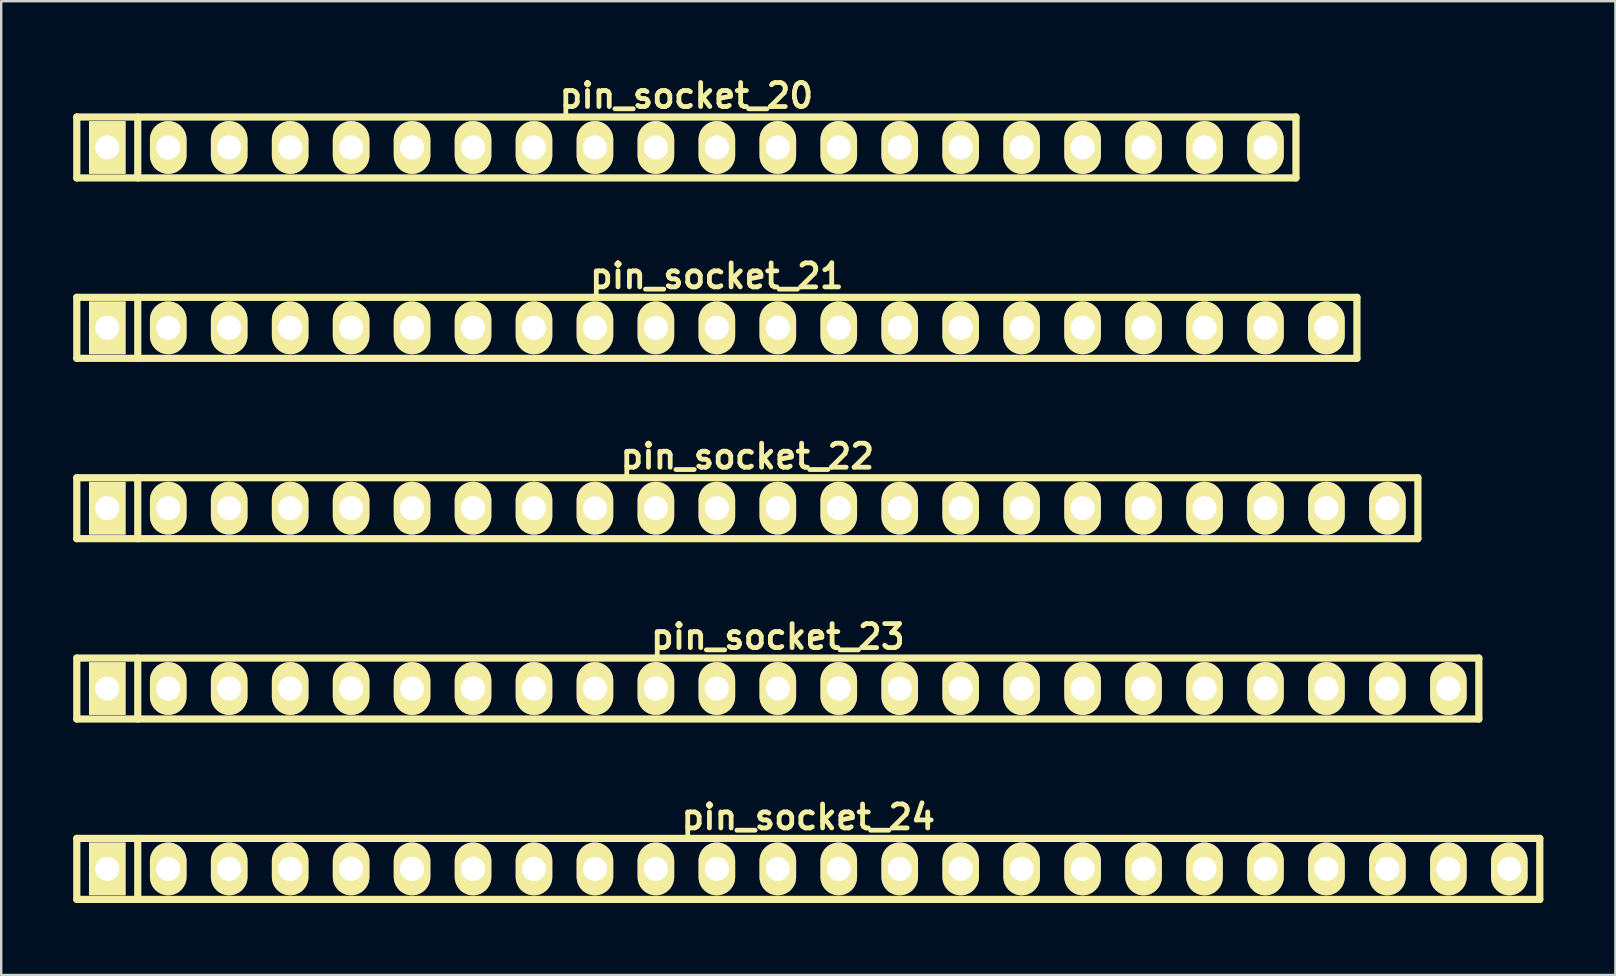
<source format=kicad_pcb>
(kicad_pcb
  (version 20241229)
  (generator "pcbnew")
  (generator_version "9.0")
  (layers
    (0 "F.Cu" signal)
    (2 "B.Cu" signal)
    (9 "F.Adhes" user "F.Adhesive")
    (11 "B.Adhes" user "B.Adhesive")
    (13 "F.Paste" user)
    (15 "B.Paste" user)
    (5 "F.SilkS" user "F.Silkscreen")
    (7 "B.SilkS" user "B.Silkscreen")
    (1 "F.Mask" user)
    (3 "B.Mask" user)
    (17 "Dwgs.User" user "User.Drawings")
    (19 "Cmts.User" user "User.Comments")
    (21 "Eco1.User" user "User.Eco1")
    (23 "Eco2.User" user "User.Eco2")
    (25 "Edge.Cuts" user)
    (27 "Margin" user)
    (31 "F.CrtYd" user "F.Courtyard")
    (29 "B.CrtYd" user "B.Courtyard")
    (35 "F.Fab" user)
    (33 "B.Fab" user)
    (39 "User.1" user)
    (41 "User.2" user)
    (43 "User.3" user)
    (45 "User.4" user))
  (footprint "pin_socket_22"
    (layer "F.Cu")
    (at 28.09 18.125)
    (property "Reference" "pin_socket_22" (at 0 -2.159 0) (layer "F.SilkS") (effects (font (size 1 1) (thickness 0.2))))
    (attr through_hole)
    (fp_line (start -27.94 -1.27) (end 27.94 -1.27) (stroke (width 0.3) (type solid)) (layer "F.SilkS"))
    (fp_line (start -27.94 1.27) (end -27.94 -1.27) (stroke (width 0.3) (type solid)) (layer "F.SilkS"))
    (fp_line (start -25.4 -1.27) (end -25.4 1.27) (stroke (width 0.3) (type solid)) (layer "F.SilkS"))
    (fp_line (start 27.94 -1.27) (end 27.94 1.27) (stroke (width 0.3) (type solid)) (layer "F.SilkS"))
    (fp_line (start 27.94 1.27) (end -27.94 1.27) (stroke (width 0.3) (type solid)) (layer "F.SilkS"))
    (pad "1" thru_hole rect (at -26.67 0) (size 1.524 2.2) (drill 1.001) (layers "*.Cu" "*.Mask" "F.SilkS"))
    (pad "2" thru_hole oval (at -24.13 0) (size 1.524 2.2) (drill 1.001) (layers "*.Cu" "*.Mask" "F.SilkS"))
    (pad "3" thru_hole oval (at -21.59 0) (size 1.524 2.2) (drill 1.001) (layers "*.Cu" "*.Mask" "F.SilkS"))
    (pad "4" thru_hole oval (at -19.05 0) (size 1.524 2.2) (drill 1.001) (layers "*.Cu" "*.Mask" "F.SilkS"))
    (pad "5" thru_hole oval (at -16.51 0) (size 1.524 2.2) (drill 1.001) (layers "*.Cu" "*.Mask" "F.SilkS"))
    (pad "6" thru_hole oval (at -13.97 0) (size 1.524 2.2) (drill 1.001) (layers "*.Cu" "*.Mask" "F.SilkS"))
    (pad "7" thru_hole oval (at -11.43 0) (size 1.524 2.2) (drill 1.001) (layers "*.Cu" "*.Mask" "F.SilkS"))
    (pad "8" thru_hole oval (at -8.89 0) (size 1.524 2.2) (drill 1.001) (layers "*.Cu" "*.Mask" "F.SilkS"))
    (pad "9" thru_hole oval (at -6.35 0) (size 1.524 2.2) (drill 1.001) (layers "*.Cu" "*.Mask" "F.SilkS"))
    (pad "10" thru_hole oval (at -3.81 0) (size 1.524 2.2) (drill 1.001) (layers "*.Cu" "*.Mask" "F.SilkS"))
    (pad "11" thru_hole oval (at -1.27 0) (size 1.524 2.2) (drill 1.001) (layers "*.Cu" "*.Mask" "F.SilkS"))
    (pad "12" thru_hole oval (at 1.27 0) (size 1.524 2.2) (drill 1.001) (layers "*.Cu" "*.Mask" "F.SilkS"))
    (pad "13" thru_hole oval (at 3.81 0) (size 1.524 2.2) (drill 1.001) (layers "*.Cu" "*.Mask" "F.SilkS"))
    (pad "14" thru_hole oval (at 6.35 0) (size 1.524 2.2) (drill 1.001) (layers "*.Cu" "*.Mask" "F.SilkS"))
    (pad "15" thru_hole oval (at 8.89 0) (size 1.524 2.2) (drill 1.001) (layers "*.Cu" "*.Mask" "F.SilkS"))
    (pad "16" thru_hole oval (at 11.43 0) (size 1.524 2.2) (drill 1.001) (layers "*.Cu" "*.Mask" "F.SilkS"))
    (pad "17" thru_hole oval (at 13.97 0) (size 1.524 2.2) (drill 1.001) (layers "*.Cu" "*.Mask" "F.SilkS"))
    (pad "18" thru_hole oval (at 16.51 0) (size 1.524 2.2) (drill 1.001) (layers "*.Cu" "*.Mask" "F.SilkS"))
    (pad "19" thru_hole oval (at 19.05 0) (size 1.524 2.2) (drill 1.001) (layers "*.Cu" "*.Mask" "F.SilkS"))
    (pad "20" thru_hole oval (at 21.59 0) (size 1.524 2.2) (drill 1.001) (layers "*.Cu" "*.Mask" "F.SilkS"))
    (pad "21" thru_hole oval (at 24.13 0) (size 1.524 2.2) (drill 1.001) (layers "*.Cu" "*.Mask" "F.SilkS"))
    (pad "22" thru_hole oval (at 26.67 0) (size 1.524 2.2) (drill 1.001) (layers "*.Cu" "*.Mask" "F.SilkS")))
  (footprint "pin_socket_24"
    (layer "F.Cu")
    (at 30.63 33.155)
    (property "Reference" "pin_socket_24" (at 0 -2.159 0) (layer "F.SilkS") (effects (font (size 1 1) (thickness 0.2))))
    (attr through_hole)
    (fp_line (start -30.48 -1.27) (end 30.48 -1.27) (stroke (width 0.3) (type solid)) (layer "F.SilkS"))
    (fp_line (start -30.48 1.27) (end -30.48 -1.27) (stroke (width 0.3) (type solid)) (layer "F.SilkS"))
    (fp_line (start -27.94 -1.27) (end -27.94 1.27) (stroke (width 0.3) (type solid)) (layer "F.SilkS"))
    (fp_line (start 30.48 -1.27) (end 30.48 1.27) (stroke (width 0.3) (type solid)) (layer "F.SilkS"))
    (fp_line (start 30.48 1.27) (end -30.48 1.27) (stroke (width 0.3) (type solid)) (layer "F.SilkS"))
    (pad "1" thru_hole rect (at -29.21 0) (size 1.524 2.2) (drill 1.001) (layers "*.Cu" "*.Mask" "F.SilkS"))
    (pad "2" thru_hole oval (at -26.67 0) (size 1.524 2.2) (drill 1.001) (layers "*.Cu" "*.Mask" "F.SilkS"))
    (pad "3" thru_hole oval (at -24.13 0) (size 1.524 2.2) (drill 1.001) (layers "*.Cu" "*.Mask" "F.SilkS"))
    (pad "4" thru_hole oval (at -21.59 0) (size 1.524 2.2) (drill 1.001) (layers "*.Cu" "*.Mask" "F.SilkS"))
    (pad "5" thru_hole oval (at -19.05 0) (size 1.524 2.2) (drill 1.001) (layers "*.Cu" "*.Mask" "F.SilkS"))
    (pad "6" thru_hole oval (at -16.51 0) (size 1.524 2.2) (drill 1.001) (layers "*.Cu" "*.Mask" "F.SilkS"))
    (pad "7" thru_hole oval (at -13.97 0) (size 1.524 2.2) (drill 1.001) (layers "*.Cu" "*.Mask" "F.SilkS"))
    (pad "8" thru_hole oval (at -11.43 0) (size 1.524 2.2) (drill 1.001) (layers "*.Cu" "*.Mask" "F.SilkS"))
    (pad "9" thru_hole oval (at -8.89 0) (size 1.524 2.2) (drill 1.001) (layers "*.Cu" "*.Mask" "F.SilkS"))
    (pad "10" thru_hole oval (at -6.35 0) (size 1.524 2.2) (drill 1.001) (layers "*.Cu" "*.Mask" "F.SilkS"))
    (pad "11" thru_hole oval (at -3.81 0) (size 1.524 2.2) (drill 1.001) (layers "*.Cu" "*.Mask" "F.SilkS"))
    (pad "12" thru_hole oval (at -1.27 0) (size 1.524 2.2) (drill 1.001) (layers "*.Cu" "*.Mask" "F.SilkS"))
    (pad "13" thru_hole oval (at 1.27 0) (size 1.524 2.2) (drill 1.001) (layers "*.Cu" "*.Mask" "F.SilkS"))
    (pad "14" thru_hole oval (at 3.81 0) (size 1.524 2.2) (drill 1.001) (layers "*.Cu" "*.Mask" "F.SilkS"))
    (pad "15" thru_hole oval (at 6.35 0) (size 1.524 2.2) (drill 1.001) (layers "*.Cu" "*.Mask" "F.SilkS"))
    (pad "16" thru_hole oval (at 8.89 0) (size 1.524 2.2) (drill 1.001) (layers "*.Cu" "*.Mask" "F.SilkS"))
    (pad "17" thru_hole oval (at 11.43 0) (size 1.524 2.2) (drill 1.001) (layers "*.Cu" "*.Mask" "F.SilkS"))
    (pad "18" thru_hole oval (at 13.97 0) (size 1.524 2.2) (drill 1.001) (layers "*.Cu" "*.Mask" "F.SilkS"))
    (pad "19" thru_hole oval (at 16.51 0) (size 1.524 2.2) (drill 1.001) (layers "*.Cu" "*.Mask" "F.SilkS"))
    (pad "20" thru_hole oval (at 19.05 0) (size 1.524 2.2) (drill 1.001) (layers "*.Cu" "*.Mask" "F.SilkS"))
    (pad "21" thru_hole oval (at 21.59 0) (size 1.524 2.2) (drill 1.001) (layers "*.Cu" "*.Mask" "F.SilkS"))
    (pad "22" thru_hole oval (at 24.13 0) (size 1.524 2.2) (drill 1.001) (layers "*.Cu" "*.Mask" "F.SilkS"))
    (pad "23" thru_hole oval (at 26.67 0) (size 1.524 2.2) (drill 1.001) (layers "*.Cu" "*.Mask" "F.SilkS"))
    (pad "24" thru_hole oval (at 29.21 0) (size 1.524 2.2) (drill 1.001) (layers "*.Cu" "*.Mask" "F.SilkS")))
  (footprint "pin_socket_21"
    (layer "F.Cu")
    (at 26.82 10.61)
    (property "Reference" "pin_socket_21" (at 0 -2.159 0) (layer "F.SilkS") (effects (font (size 1 1) (thickness 0.2))))
    (attr through_hole)
    (fp_line (start -26.67 -1.27) (end 26.67 -1.27) (stroke (width 0.3) (type solid)) (layer "F.SilkS"))
    (fp_line (start -26.67 1.27) (end -26.67 -1.27) (stroke (width 0.3) (type solid)) (layer "F.SilkS"))
    (fp_line (start -24.13 -1.27) (end -24.13 1.27) (stroke (width 0.3) (type solid)) (layer "F.SilkS"))
    (fp_line (start 26.67 -1.27) (end 26.67 1.27) (stroke (width 0.3) (type solid)) (layer "F.SilkS"))
    (fp_line (start 26.67 1.27) (end -26.67 1.27) (stroke (width 0.3) (type solid)) (layer "F.SilkS"))
    (pad "1" thru_hole rect (at -25.4 0) (size 1.524 2.2) (drill 1.001) (layers "*.Cu" "*.Mask" "F.SilkS"))
    (pad "2" thru_hole oval (at -22.86 0) (size 1.524 2.2) (drill 1.001) (layers "*.Cu" "*.Mask" "F.SilkS"))
    (pad "3" thru_hole oval (at -20.32 0) (size 1.524 2.2) (drill 1.001) (layers "*.Cu" "*.Mask" "F.SilkS"))
    (pad "4" thru_hole oval (at -17.78 0) (size 1.524 2.2) (drill 1.001) (layers "*.Cu" "*.Mask" "F.SilkS"))
    (pad "5" thru_hole oval (at -15.24 0) (size 1.524 2.2) (drill 1.001) (layers "*.Cu" "*.Mask" "F.SilkS"))
    (pad "6" thru_hole oval (at -12.7 0) (size 1.524 2.2) (drill 1.001) (layers "*.Cu" "*.Mask" "F.SilkS"))
    (pad "7" thru_hole oval (at -10.16 0) (size 1.524 2.2) (drill 1.001) (layers "*.Cu" "*.Mask" "F.SilkS"))
    (pad "8" thru_hole oval (at -7.62 0) (size 1.524 2.2) (drill 1.001) (layers "*.Cu" "*.Mask" "F.SilkS"))
    (pad "9" thru_hole oval (at -5.08 0) (size 1.524 2.2) (drill 1.001) (layers "*.Cu" "*.Mask" "F.SilkS"))
    (pad "10" thru_hole oval (at -2.54 0) (size 1.524 2.2) (drill 1.001) (layers "*.Cu" "*.Mask" "F.SilkS"))
    (pad "11" thru_hole oval (at 0 0) (size 1.524 2.2) (drill 1.001) (layers "*.Cu" "*.Mask" "F.SilkS"))
    (pad "12" thru_hole oval (at 2.54 0) (size 1.524 2.2) (drill 1.001) (layers "*.Cu" "*.Mask" "F.SilkS"))
    (pad "13" thru_hole oval (at 5.08 0) (size 1.524 2.2) (drill 1.001) (layers "*.Cu" "*.Mask" "F.SilkS"))
    (pad "14" thru_hole oval (at 7.62 0) (size 1.524 2.2) (drill 1.001) (layers "*.Cu" "*.Mask" "F.SilkS"))
    (pad "15" thru_hole oval (at 10.16 0) (size 1.524 2.2) (drill 1.001) (layers "*.Cu" "*.Mask" "F.SilkS"))
    (pad "16" thru_hole oval (at 12.7 0) (size 1.524 2.2) (drill 1.001) (layers "*.Cu" "*.Mask" "F.SilkS"))
    (pad "17" thru_hole oval (at 15.24 0) (size 1.524 2.2) (drill 1.001) (layers "*.Cu" "*.Mask" "F.SilkS"))
    (pad "18" thru_hole oval (at 17.78 0) (size 1.524 2.2) (drill 1.001) (layers "*.Cu" "*.Mask" "F.SilkS"))
    (pad "19" thru_hole oval (at 20.32 0) (size 1.524 2.2) (drill 1.001) (layers "*.Cu" "*.Mask" "F.SilkS"))
    (pad "20" thru_hole oval (at 22.86 0) (size 1.524 2.2) (drill 1.001) (layers "*.Cu" "*.Mask" "F.SilkS"))
    (pad "21" thru_hole oval (at 25.4 0) (size 1.524 2.2) (drill 1.001) (layers "*.Cu" "*.Mask" "F.SilkS")))
  (footprint "pin_socket_20"
    (layer "F.Cu")
    (at 25.55 3.095)
    (property "Reference" "pin_socket_20" (at 0 -2.159 0) (layer "F.SilkS") (effects (font (size 1 1) (thickness 0.2))))
    (attr through_hole)
    (fp_line (start -25.4 -1.27) (end 25.4 -1.27) (stroke (width 0.3) (type solid)) (layer "F.SilkS"))
    (fp_line (start -25.4 1.27) (end -25.4 -1.27) (stroke (width 0.3) (type solid)) (layer "F.SilkS"))
    (fp_line (start -22.86 -1.27) (end -22.86 1.27) (stroke (width 0.3) (type solid)) (layer "F.SilkS"))
    (fp_line (start 25.4 -1.27) (end 25.4 1.27) (stroke (width 0.3) (type solid)) (layer "F.SilkS"))
    (fp_line (start 25.4 1.27) (end -25.4 1.27) (stroke (width 0.3) (type solid)) (layer "F.SilkS"))
    (pad "1" thru_hole rect (at -24.13 0) (size 1.524 2.2) (drill 1.001) (layers "*.Cu" "*.Mask" "F.SilkS"))
    (pad "2" thru_hole oval (at -21.59 0) (size 1.524 2.2) (drill 1.001) (layers "*.Cu" "*.Mask" "F.SilkS"))
    (pad "3" thru_hole oval (at -19.05 0) (size 1.524 2.2) (drill 1.001) (layers "*.Cu" "*.Mask" "F.SilkS"))
    (pad "4" thru_hole oval (at -16.51 0) (size 1.524 2.2) (drill 1.001) (layers "*.Cu" "*.Mask" "F.SilkS"))
    (pad "5" thru_hole oval (at -13.97 0) (size 1.524 2.2) (drill 1.001) (layers "*.Cu" "*.Mask" "F.SilkS"))
    (pad "6" thru_hole oval (at -11.43 0) (size 1.524 2.2) (drill 1.001) (layers "*.Cu" "*.Mask" "F.SilkS"))
    (pad "7" thru_hole oval (at -8.89 0) (size 1.524 2.2) (drill 1.001) (layers "*.Cu" "*.Mask" "F.SilkS"))
    (pad "8" thru_hole oval (at -6.35 0) (size 1.524 2.2) (drill 1.001) (layers "*.Cu" "*.Mask" "F.SilkS"))
    (pad "9" thru_hole oval (at -3.81 0) (size 1.524 2.2) (drill 1.001) (layers "*.Cu" "*.Mask" "F.SilkS"))
    (pad "10" thru_hole oval (at -1.27 0) (size 1.524 2.2) (drill 1.001) (layers "*.Cu" "*.Mask" "F.SilkS"))
    (pad "11" thru_hole oval (at 1.27 0) (size 1.524 2.2) (drill 1.001) (layers "*.Cu" "*.Mask" "F.SilkS"))
    (pad "12" thru_hole oval (at 3.81 0) (size 1.524 2.2) (drill 1.001) (layers "*.Cu" "*.Mask" "F.SilkS"))
    (pad "13" thru_hole oval (at 6.35 0) (size 1.524 2.2) (drill 1.001) (layers "*.Cu" "*.Mask" "F.SilkS"))
    (pad "14" thru_hole oval (at 8.89 0) (size 1.524 2.2) (drill 1.001) (layers "*.Cu" "*.Mask" "F.SilkS"))
    (pad "15" thru_hole oval (at 11.43 0) (size 1.524 2.2) (drill 1.001) (layers "*.Cu" "*.Mask" "F.SilkS"))
    (pad "16" thru_hole oval (at 13.97 0) (size 1.524 2.2) (drill 1.001) (layers "*.Cu" "*.Mask" "F.SilkS"))
    (pad "17" thru_hole oval (at 16.51 0) (size 1.524 2.2) (drill 1.001) (layers "*.Cu" "*.Mask" "F.SilkS"))
    (pad "18" thru_hole oval (at 19.05 0) (size 1.524 2.2) (drill 1.001) (layers "*.Cu" "*.Mask" "F.SilkS"))
    (pad "19" thru_hole oval (at 21.59 0) (size 1.524 2.2) (drill 1.001) (layers "*.Cu" "*.Mask" "F.SilkS"))
    (pad "20" thru_hole oval (at 24.13 0) (size 1.524 2.2) (drill 1.001) (layers "*.Cu" "*.Mask" "F.SilkS")))
  (footprint "pin_socket_23"
    (layer "F.Cu")
    (at 29.36 25.64)
    (property "Reference" "pin_socket_23" (at 0 -2.159 0) (layer "F.SilkS") (effects (font (size 1 1) (thickness 0.2))))
    (attr through_hole)
    (fp_line (start -29.21 -1.27) (end 29.21 -1.27) (stroke (width 0.3) (type solid)) (layer "F.SilkS"))
    (fp_line (start -29.21 1.27) (end -29.21 -1.27) (stroke (width 0.3) (type solid)) (layer "F.SilkS"))
    (fp_line (start -26.67 -1.27) (end -26.67 1.27) (stroke (width 0.3) (type solid)) (layer "F.SilkS"))
    (fp_line (start 29.21 -1.27) (end 29.21 1.27) (stroke (width 0.3) (type solid)) (layer "F.SilkS"))
    (fp_line (start 29.21 1.27) (end -29.21 1.27) (stroke (width 0.3) (type solid)) (layer "F.SilkS"))
    (pad "1" thru_hole rect (at -27.94 0) (size 1.524 2.2) (drill 1.001) (layers "*.Cu" "*.Mask" "F.SilkS"))
    (pad "2" thru_hole oval (at -25.4 0) (size 1.524 2.2) (drill 1.001) (layers "*.Cu" "*.Mask" "F.SilkS"))
    (pad "3" thru_hole oval (at -22.86 0) (size 1.524 2.2) (drill 1.001) (layers "*.Cu" "*.Mask" "F.SilkS"))
    (pad "4" thru_hole oval (at -20.32 0) (size 1.524 2.2) (drill 1.001) (layers "*.Cu" "*.Mask" "F.SilkS"))
    (pad "5" thru_hole oval (at -17.78 0) (size 1.524 2.2) (drill 1.001) (layers "*.Cu" "*.Mask" "F.SilkS"))
    (pad "6" thru_hole oval (at -15.24 0) (size 1.524 2.2) (drill 1.001) (layers "*.Cu" "*.Mask" "F.SilkS"))
    (pad "7" thru_hole oval (at -12.7 0) (size 1.524 2.2) (drill 1.001) (layers "*.Cu" "*.Mask" "F.SilkS"))
    (pad "8" thru_hole oval (at -10.16 0) (size 1.524 2.2) (drill 1.001) (layers "*.Cu" "*.Mask" "F.SilkS"))
    (pad "9" thru_hole oval (at -7.62 0) (size 1.524 2.2) (drill 1.001) (layers "*.Cu" "*.Mask" "F.SilkS"))
    (pad "10" thru_hole oval (at -5.08 0) (size 1.524 2.2) (drill 1.001) (layers "*.Cu" "*.Mask" "F.SilkS"))
    (pad "11" thru_hole oval (at -2.54 0) (size 1.524 2.2) (drill 1.001) (layers "*.Cu" "*.Mask" "F.SilkS"))
    (pad "12" thru_hole oval (at 0 0) (size 1.524 2.2) (drill 1.001) (layers "*.Cu" "*.Mask" "F.SilkS"))
    (pad "13" thru_hole oval (at 2.54 0) (size 1.524 2.2) (drill 1.001) (layers "*.Cu" "*.Mask" "F.SilkS"))
    (pad "14" thru_hole oval (at 5.08 0) (size 1.524 2.2) (drill 1.001) (layers "*.Cu" "*.Mask" "F.SilkS"))
    (pad "15" thru_hole oval (at 7.62 0) (size 1.524 2.2) (drill 1.001) (layers "*.Cu" "*.Mask" "F.SilkS"))
    (pad "16" thru_hole oval (at 10.16 0) (size 1.524 2.2) (drill 1.001) (layers "*.Cu" "*.Mask" "F.SilkS"))
    (pad "17" thru_hole oval (at 12.7 0) (size 1.524 2.2) (drill 1.001) (layers "*.Cu" "*.Mask" "F.SilkS"))
    (pad "18" thru_hole oval (at 15.24 0) (size 1.524 2.2) (drill 1.001) (layers "*.Cu" "*.Mask" "F.SilkS"))
    (pad "19" thru_hole oval (at 17.78 0) (size 1.524 2.2) (drill 1.001) (layers "*.Cu" "*.Mask" "F.SilkS"))
    (pad "20" thru_hole oval (at 20.32 0) (size 1.524 2.2) (drill 1.001) (layers "*.Cu" "*.Mask" "F.SilkS"))
    (pad "21" thru_hole oval (at 22.86 0) (size 1.524 2.2) (drill 1.001) (layers "*.Cu" "*.Mask" "F.SilkS"))
    (pad "22" thru_hole oval (at 25.4 0) (size 1.524 2.2) (drill 1.001) (layers "*.Cu" "*.Mask" "F.SilkS"))
    (pad "23" thru_hole oval (at 27.94 0) (size 1.524 2.2) (drill 1.001) (layers "*.Cu" "*.Mask" "F.SilkS")))
  (gr_rect
    (start -3 -3)
    (end 64.26 37.575)
    (stroke (width 0.1) (type default))
    (fill no)
    (layer "Edge.Cuts")))
</source>
